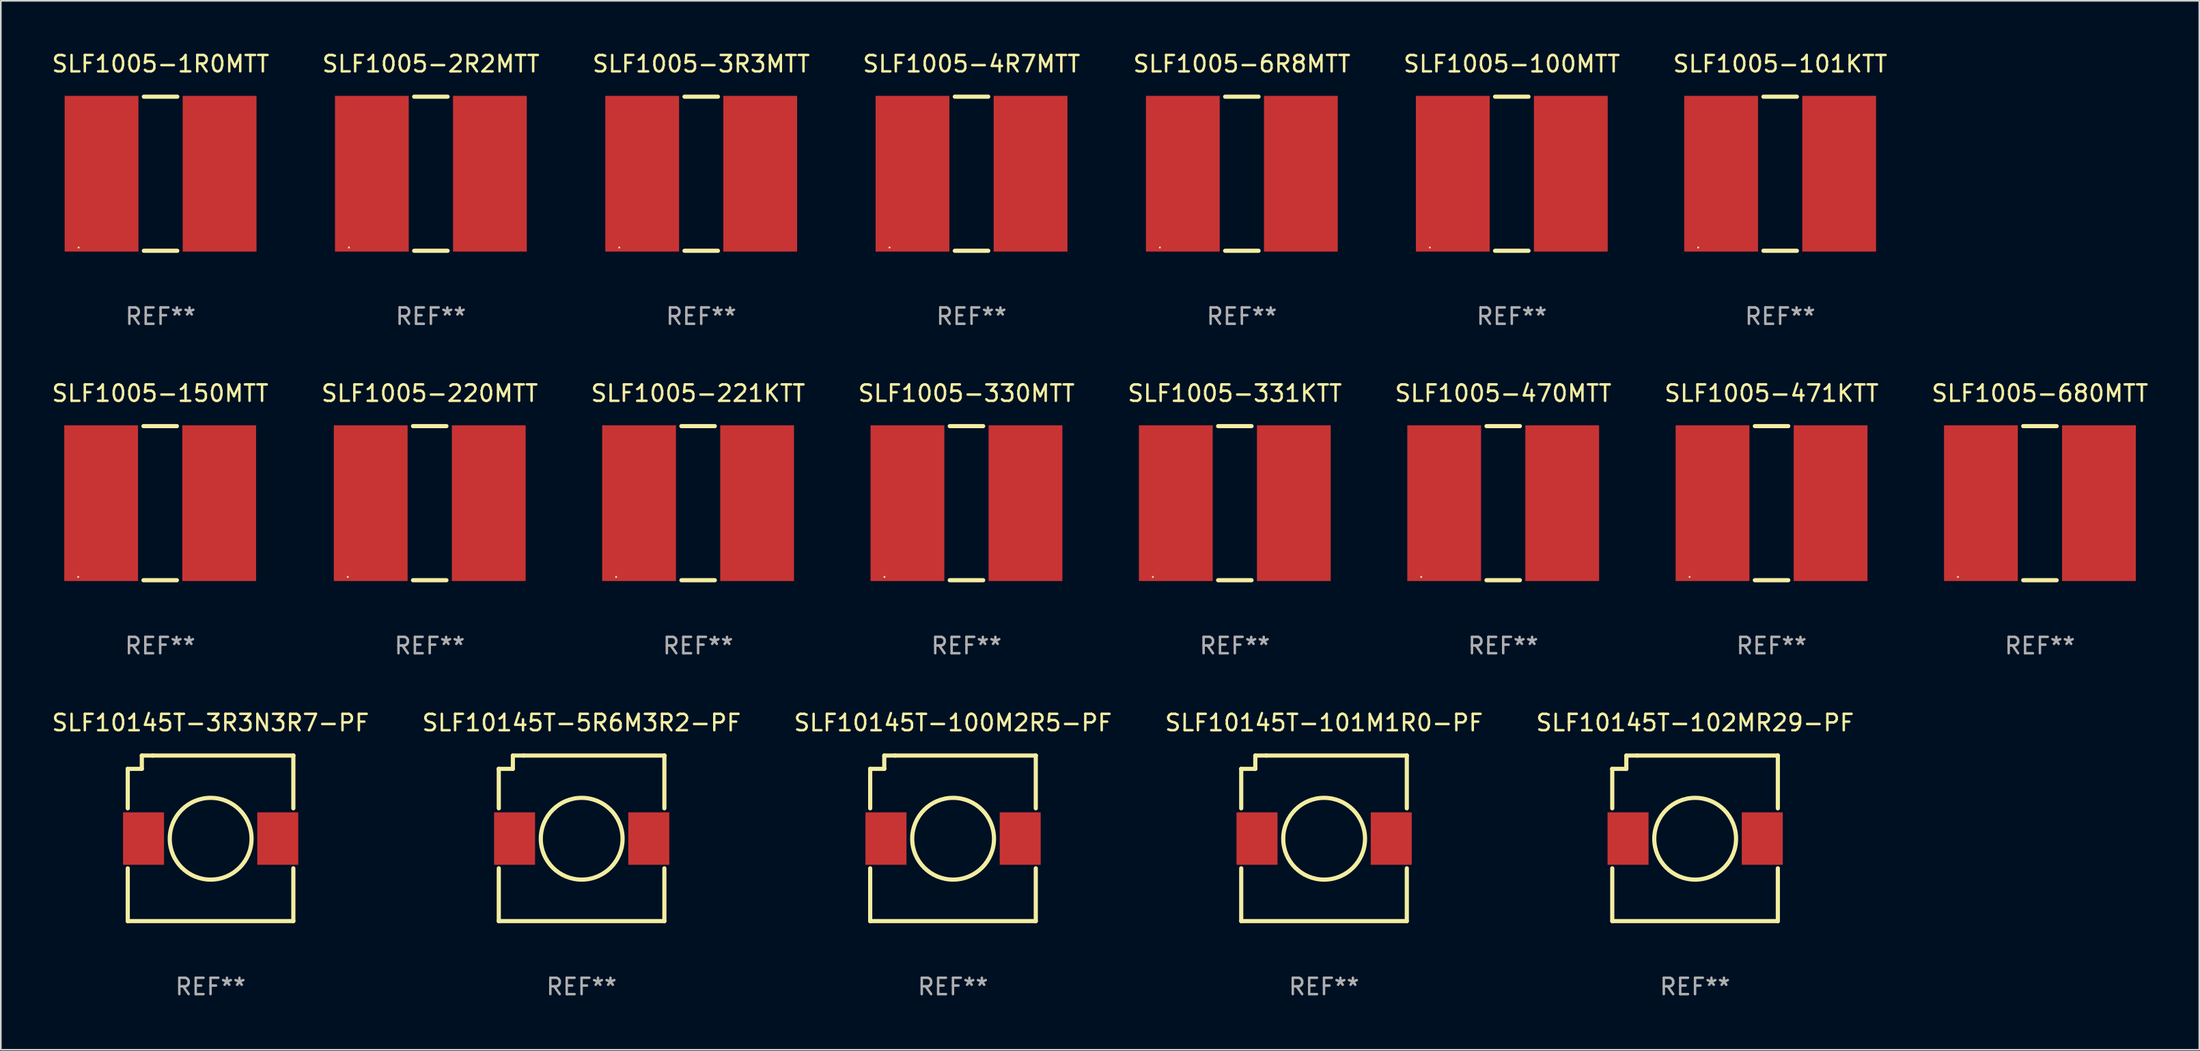
<source format=kicad_pcb>
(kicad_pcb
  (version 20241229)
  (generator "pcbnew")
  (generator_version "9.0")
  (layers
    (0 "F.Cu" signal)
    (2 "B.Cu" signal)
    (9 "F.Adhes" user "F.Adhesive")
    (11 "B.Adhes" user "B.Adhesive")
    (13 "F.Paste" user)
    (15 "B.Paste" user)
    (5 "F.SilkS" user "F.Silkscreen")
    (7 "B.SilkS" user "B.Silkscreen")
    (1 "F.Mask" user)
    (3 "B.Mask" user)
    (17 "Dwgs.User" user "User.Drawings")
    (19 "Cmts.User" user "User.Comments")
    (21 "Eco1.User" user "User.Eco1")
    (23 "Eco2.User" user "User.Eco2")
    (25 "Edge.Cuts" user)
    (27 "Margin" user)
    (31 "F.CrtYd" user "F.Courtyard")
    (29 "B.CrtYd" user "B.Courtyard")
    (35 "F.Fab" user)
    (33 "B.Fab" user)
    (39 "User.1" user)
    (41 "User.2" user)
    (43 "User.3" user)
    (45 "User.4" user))
  (footprint "SLF1005-331KTT"
    (layer "F.Cu")
    (at 72.268 27.645)
    (property "Reference" "SLF1005-331KTT" (at 0 -6.7 0) (layer "F.SilkS") (effects (font (size 1 1) (thickness 0.15))))
    (attr through_hole)
    (fp_line (start -1.019 -4.7) (end 1.019 -4.7) (stroke (width 0.254) (type solid)) (layer "F.SilkS"))
    (fp_line (start -1.019 4.7) (end 1.019 4.7) (stroke (width 0.254) (type solid)) (layer "F.SilkS"))
    (fp_circle (center -5 4.5) (end -4.97 4.5) (stroke (width 0.06) (type solid)) (fill no) (layer "F.SilkS"))
    (fp_text user "REF**" (at 0 8.7 0) (layer "F.Fab") (effects (font (size 1 1) (thickness 0.15))))
    (pad "1" smd rect (at -3.6 0) (size 4.5 9.5) (layers "F.Cu" "F.Mask" "F.Paste"))
    (pad "2" smd rect (at 3.6 0) (size 4.5 9.5) (layers "F.Cu" "F.Mask" "F.Paste")))
  (footprint "SLF1005-6R8MTT"
    (layer "F.Cu")
    (at 72.696 7.548)
    (property "Reference" "SLF1005-6R8MTT" (at 0 -6.7 0) (layer "F.SilkS") (effects (font (size 1 1) (thickness 0.15))))
    (attr through_hole)
    (fp_line (start -1.019 -4.7) (end 1.019 -4.7) (stroke (width 0.254) (type solid)) (layer "F.SilkS"))
    (fp_line (start -1.019 4.7) (end 1.019 4.7) (stroke (width 0.254) (type solid)) (layer "F.SilkS"))
    (fp_circle (center -5 4.5) (end -4.97 4.5) (stroke (width 0.06) (type solid)) (fill no) (layer "F.SilkS"))
    (fp_text user "REF**" (at 0 8.7 0) (layer "F.Fab") (effects (font (size 1 1) (thickness 0.15))))
    (pad "1" smd rect (at -3.6 0) (size 4.5 9.5) (layers "F.Cu" "F.Mask" "F.Paste"))
    (pad "2" smd rect (at 3.6 0) (size 4.5 9.5) (layers "F.Cu" "F.Mask" "F.Paste")))
  (footprint "SLF1005-221KTT"
    (layer "F.Cu")
    (at 39.53 27.645)
    (property "Reference" "SLF1005-221KTT" (at 0 -6.7 0) (layer "F.SilkS") (effects (font (size 1 1) (thickness 0.15))))
    (attr through_hole)
    (fp_line (start -1.019 -4.7) (end 1.019 -4.7) (stroke (width 0.254) (type solid)) (layer "F.SilkS"))
    (fp_line (start -1.019 4.7) (end 1.019 4.7) (stroke (width 0.254) (type solid)) (layer "F.SilkS"))
    (fp_circle (center -5 4.5) (end -4.97 4.5) (stroke (width 0.06) (type solid)) (fill no) (layer "F.SilkS"))
    (fp_text user "REF**" (at 0 8.7 0) (layer "F.Fab") (effects (font (size 1 1) (thickness 0.15))))
    (pad "1" smd rect (at -3.6 0) (size 4.5 9.5) (layers "F.Cu" "F.Mask" "F.Paste"))
    (pad "2" smd rect (at 3.6 0) (size 4.5 9.5) (layers "F.Cu" "F.Mask" "F.Paste")))
  (footprint "SLF1005-2R2MTT"
    (layer "F.Cu")
    (at 23.232 7.548)
    (property "Reference" "SLF1005-2R2MTT" (at 0 -6.7 0) (layer "F.SilkS") (effects (font (size 1 1) (thickness 0.15))))
    (attr through_hole)
    (fp_line (start -1.019 -4.7) (end 1.019 -4.7) (stroke (width 0.254) (type solid)) (layer "F.SilkS"))
    (fp_line (start -1.019 4.7) (end 1.019 4.7) (stroke (width 0.254) (type solid)) (layer "F.SilkS"))
    (fp_circle (center -5 4.5) (end -4.97 4.5) (stroke (width 0.06) (type solid)) (fill no) (layer "F.SilkS"))
    (fp_text user "REF**" (at 0 8.7 0) (layer "F.Fab") (effects (font (size 1 1) (thickness 0.15))))
    (pad "1" smd rect (at -3.6 0) (size 4.5 9.5) (layers "F.Cu" "F.Mask" "F.Paste"))
    (pad "2" smd rect (at 3.6 0) (size 4.5 9.5) (layers "F.Cu" "F.Mask" "F.Paste")))
  (footprint "SLF10145T-102MR29-PF"
    (layer "F.Cu")
    (at 100.339 48.091)
    (property "Reference" "SLF10145T-102MR29-PF" (at 0 -7.05 0) (layer "F.SilkS") (effects (font (size 1 1) (thickness 0.15))))
    (attr through_hole)
    (fp_line (start -5.05 -4.239) (end -5.05 -1.831) (stroke (width 0.254) (type solid)) (layer "F.SilkS"))
    (fp_line (start -5.05 5.05) (end -5.05 1.831) (stroke (width 0.254) (type solid)) (layer "F.SilkS"))
    (fp_line (start -5.05 -4.239) (end -5.05 -4.239) (stroke (width 0.254) (type solid)) (layer "F.SilkS"))
    (fp_line (start -5.05 -4.239) (end -4.191 -4.239) (stroke (width 0.254) (type solid)) (layer "F.SilkS"))
    (fp_line (start -4.191 -5.049) (end -3.526 -5.049) (stroke (width 0.254) (type solid)) (layer "F.SilkS"))
    (fp_line (start -4.191 -4.239) (end -4.191 -5.049) (stroke (width 0.254) (type solid)) (layer "F.SilkS"))
    (fp_line (start -3.526 -5.049) (end 5.05 -5.049) (stroke (width 0.254) (type solid)) (layer "F.SilkS"))
    (fp_line (start 5.05 -5.05) (end 5.05 -1.831) (stroke (width 0.254) (type solid)) (layer "F.SilkS"))
    (fp_line (start 5.05 -5.049) (end 5.05 -5.05) (stroke (width 0.254) (type solid)) (layer "F.SilkS"))
    (fp_line (start 5.05 1.831) (end 5.05 5.05) (stroke (width 0.254) (type solid)) (layer "F.SilkS"))
    (fp_line (start 5.05 5.05) (end -5.05 5.05) (stroke (width 0.254) (type solid)) (layer "F.SilkS"))
    (fp_circle (center -5.044 5.065) (end -5.014 5.065) (stroke (width 0.06) (type solid)) (fill no) (layer "F.SilkS"))
    (fp_circle (center 0.007 0.025) (end 2.501 0.025) (stroke (width 0.254) (type solid)) (fill no) (layer "F.SilkS"))
    (fp_text user "REF**" (at 0 9.05 0) (layer "F.Fab") (effects (font (size 1 1) (thickness 0.15))))
    (pad "1" smd rect (at -4.087 0.015 90) (size 3.2 2.5) (layers "F.Cu" "F.Mask" "F.Paste"))
    (pad "2" smd rect (at 4.1 0.015 90) (size 3.2 2.5) (layers "F.Cu" "F.Mask" "F.Paste")))
  (footprint "SLF1005-471KTT"
    (layer "F.Cu")
    (at 105.006 27.645)
    (property "Reference" "SLF1005-471KTT" (at 0 -6.7 0) (layer "F.SilkS") (effects (font (size 1 1) (thickness 0.15))))
    (attr through_hole)
    (fp_line (start -1.019 -4.7) (end 1.019 -4.7) (stroke (width 0.254) (type solid)) (layer "F.SilkS"))
    (fp_line (start -1.019 4.7) (end 1.019 4.7) (stroke (width 0.254) (type solid)) (layer "F.SilkS"))
    (fp_circle (center -5 4.5) (end -4.97 4.5) (stroke (width 0.06) (type solid)) (fill no) (layer "F.SilkS"))
    (fp_text user "REF**" (at 0 8.7 0) (layer "F.Fab") (effects (font (size 1 1) (thickness 0.15))))
    (pad "1" smd rect (at -3.6 0) (size 4.5 9.5) (layers "F.Cu" "F.Mask" "F.Paste"))
    (pad "2" smd rect (at 3.6 0) (size 4.5 9.5) (layers "F.Cu" "F.Mask" "F.Paste")))
  (footprint "SLF10145T-5R6M3R2-PF"
    (layer "F.Cu")
    (at 32.423 48.091)
    (property "Reference" "SLF10145T-5R6M3R2-PF" (at 0 -7.05 0) (layer "F.SilkS") (effects (font (size 1 1) (thickness 0.15))))
    (attr through_hole)
    (fp_line (start -5.05 -4.239) (end -5.05 -1.831) (stroke (width 0.254) (type solid)) (layer "F.SilkS"))
    (fp_line (start -5.05 5.05) (end -5.05 1.831) (stroke (width 0.254) (type solid)) (layer "F.SilkS"))
    (fp_line (start -5.05 -4.239) (end -5.05 -4.239) (stroke (width 0.254) (type solid)) (layer "F.SilkS"))
    (fp_line (start -5.05 -4.239) (end -4.191 -4.239) (stroke (width 0.254) (type solid)) (layer "F.SilkS"))
    (fp_line (start -4.191 -5.049) (end -3.526 -5.049) (stroke (width 0.254) (type solid)) (layer "F.SilkS"))
    (fp_line (start -4.191 -4.239) (end -4.191 -5.049) (stroke (width 0.254) (type solid)) (layer "F.SilkS"))
    (fp_line (start -3.526 -5.049) (end 5.05 -5.049) (stroke (width 0.254) (type solid)) (layer "F.SilkS"))
    (fp_line (start 5.05 -5.05) (end 5.05 -1.831) (stroke (width 0.254) (type solid)) (layer "F.SilkS"))
    (fp_line (start 5.05 -5.049) (end 5.05 -5.05) (stroke (width 0.254) (type solid)) (layer "F.SilkS"))
    (fp_line (start 5.05 1.831) (end 5.05 5.05) (stroke (width 0.254) (type solid)) (layer "F.SilkS"))
    (fp_line (start 5.05 5.05) (end -5.05 5.05) (stroke (width 0.254) (type solid)) (layer "F.SilkS"))
    (fp_circle (center -5.044 5.065) (end -5.014 5.065) (stroke (width 0.06) (type solid)) (fill no) (layer "F.SilkS"))
    (fp_circle (center 0.007 0.025) (end 2.501 0.025) (stroke (width 0.254) (type solid)) (fill no) (layer "F.SilkS"))
    (fp_text user "REF**" (at 0 9.05 0) (layer "F.Fab") (effects (font (size 1 1) (thickness 0.15))))
    (pad "1" smd rect (at -4.087 0.015 90) (size 3.2 2.5) (layers "F.Cu" "F.Mask" "F.Paste"))
    (pad "2" smd rect (at 4.1 0.015 90) (size 3.2 2.5) (layers "F.Cu" "F.Mask" "F.Paste")))
  (footprint "SLF1005-470MTT"
    (layer "F.Cu")
    (at 88.637 27.645)
    (property "Reference" "SLF1005-470MTT" (at 0 -6.7 0) (layer "F.SilkS") (effects (font (size 1 1) (thickness 0.15))))
    (attr through_hole)
    (fp_line (start -1.019 -4.7) (end 1.019 -4.7) (stroke (width 0.254) (type solid)) (layer "F.SilkS"))
    (fp_line (start -1.019 4.7) (end 1.019 4.7) (stroke (width 0.254) (type solid)) (layer "F.SilkS"))
    (fp_circle (center -5 4.5) (end -4.97 4.5) (stroke (width 0.06) (type solid)) (fill no) (layer "F.SilkS"))
    (fp_text user "REF**" (at 0 8.7 0) (layer "F.Fab") (effects (font (size 1 1) (thickness 0.15))))
    (pad "1" smd rect (at -3.6 0) (size 4.5 9.5) (layers "F.Cu" "F.Mask" "F.Paste"))
    (pad "2" smd rect (at 3.6 0) (size 4.5 9.5) (layers "F.Cu" "F.Mask" "F.Paste")))
  (footprint "SLF10145T-3R3N3R7-PF"
    (layer "F.Cu")
    (at 9.792 48.091)
    (property "Reference" "SLF10145T-3R3N3R7-PF" (at 0 -7.05 0) (layer "F.SilkS") (effects (font (size 1 1) (thickness 0.15))))
    (attr through_hole)
    (fp_line (start -5.05 -4.239) (end -5.05 -1.831) (stroke (width 0.254) (type solid)) (layer "F.SilkS"))
    (fp_line (start -5.05 5.05) (end -5.05 1.831) (stroke (width 0.254) (type solid)) (layer "F.SilkS"))
    (fp_line (start -5.05 -4.239) (end -5.05 -4.239) (stroke (width 0.254) (type solid)) (layer "F.SilkS"))
    (fp_line (start -5.05 -4.239) (end -4.191 -4.239) (stroke (width 0.254) (type solid)) (layer "F.SilkS"))
    (fp_line (start -4.191 -5.049) (end -3.526 -5.049) (stroke (width 0.254) (type solid)) (layer "F.SilkS"))
    (fp_line (start -4.191 -4.239) (end -4.191 -5.049) (stroke (width 0.254) (type solid)) (layer "F.SilkS"))
    (fp_line (start -3.526 -5.049) (end 5.05 -5.049) (stroke (width 0.254) (type solid)) (layer "F.SilkS"))
    (fp_line (start 5.05 -5.05) (end 5.05 -1.831) (stroke (width 0.254) (type solid)) (layer "F.SilkS"))
    (fp_line (start 5.05 -5.049) (end 5.05 -5.05) (stroke (width 0.254) (type solid)) (layer "F.SilkS"))
    (fp_line (start 5.05 1.831) (end 5.05 5.05) (stroke (width 0.254) (type solid)) (layer "F.SilkS"))
    (fp_line (start 5.05 5.05) (end -5.05 5.05) (stroke (width 0.254) (type solid)) (layer "F.SilkS"))
    (fp_circle (center -5.044 5.065) (end -5.014 5.065) (stroke (width 0.06) (type solid)) (fill no) (layer "F.SilkS"))
    (fp_circle (center 0.007 0.025) (end 2.501 0.025) (stroke (width 0.254) (type solid)) (fill no) (layer "F.SilkS"))
    (fp_text user "REF**" (at 0 9.05 0) (layer "F.Fab") (effects (font (size 1 1) (thickness 0.15))))
    (pad "1" smd rect (at -4.087 0.015 90) (size 3.2 2.5) (layers "F.Cu" "F.Mask" "F.Paste"))
    (pad "2" smd rect (at 4.1 0.015 90) (size 3.2 2.5) (layers "F.Cu" "F.Mask" "F.Paste")))
  (footprint "SLF1005-4R7MTT"
    (layer "F.Cu")
    (at 56.208 7.548)
    (property "Reference" "SLF1005-4R7MTT" (at 0 -6.7 0) (layer "F.SilkS") (effects (font (size 1 1) (thickness 0.15))))
    (attr through_hole)
    (fp_line (start -1.019 -4.7) (end 1.019 -4.7) (stroke (width 0.254) (type solid)) (layer "F.SilkS"))
    (fp_line (start -1.019 4.7) (end 1.019 4.7) (stroke (width 0.254) (type solid)) (layer "F.SilkS"))
    (fp_circle (center -5 4.5) (end -4.97 4.5) (stroke (width 0.06) (type solid)) (fill no) (layer "F.SilkS"))
    (fp_text user "REF**" (at 0 8.7 0) (layer "F.Fab") (effects (font (size 1 1) (thickness 0.15))))
    (pad "1" smd rect (at -3.6 0) (size 4.5 9.5) (layers "F.Cu" "F.Mask" "F.Paste"))
    (pad "2" smd rect (at 3.6 0) (size 4.5 9.5) (layers "F.Cu" "F.Mask" "F.Paste")))
  (footprint "SLF1005-220MTT"
    (layer "F.Cu")
    (at 23.161 27.645)
    (property "Reference" "SLF1005-220MTT" (at 0 -6.7 0) (layer "F.SilkS") (effects (font (size 1 1) (thickness 0.15))))
    (attr through_hole)
    (fp_line (start -1.019 -4.7) (end 1.019 -4.7) (stroke (width 0.254) (type solid)) (layer "F.SilkS"))
    (fp_line (start -1.019 4.7) (end 1.019 4.7) (stroke (width 0.254) (type solid)) (layer "F.SilkS"))
    (fp_circle (center -5 4.5) (end -4.97 4.5) (stroke (width 0.06) (type solid)) (fill no) (layer "F.SilkS"))
    (fp_text user "REF**" (at 0 8.7 0) (layer "F.Fab") (effects (font (size 1 1) (thickness 0.15))))
    (pad "1" smd rect (at -3.6 0) (size 4.5 9.5) (layers "F.Cu" "F.Mask" "F.Paste"))
    (pad "2" smd rect (at 3.6 0) (size 4.5 9.5) (layers "F.Cu" "F.Mask" "F.Paste")))
  (footprint "SLF1005-1R0MTT"
    (layer "F.Cu")
    (at 6.744 7.548)
    (property "Reference" "SLF1005-1R0MTT" (at 0 -6.7 0) (layer "F.SilkS") (effects (font (size 1 1) (thickness 0.15))))
    (attr through_hole)
    (fp_line (start -1.019 -4.7) (end 1.019 -4.7) (stroke (width 0.254) (type solid)) (layer "F.SilkS"))
    (fp_line (start -1.019 4.7) (end 1.019 4.7) (stroke (width 0.254) (type solid)) (layer "F.SilkS"))
    (fp_circle (center -5 4.5) (end -4.97 4.5) (stroke (width 0.06) (type solid)) (fill no) (layer "F.SilkS"))
    (fp_text user "REF**" (at 0 8.7 0) (layer "F.Fab") (effects (font (size 1 1) (thickness 0.15))))
    (pad "1" smd rect (at -3.6 0) (size 4.5 9.5) (layers "F.Cu" "F.Mask" "F.Paste"))
    (pad "2" smd rect (at 3.6 0) (size 4.5 9.5) (layers "F.Cu" "F.Mask" "F.Paste")))
  (footprint "SLF1005-330MTT"
    (layer "F.Cu")
    (at 55.899 27.645)
    (property "Reference" "SLF1005-330MTT" (at 0 -6.7 0) (layer "F.SilkS") (effects (font (size 1 1) (thickness 0.15))))
    (attr through_hole)
    (fp_line (start -1.019 -4.7) (end 1.019 -4.7) (stroke (width 0.254) (type solid)) (layer "F.SilkS"))
    (fp_line (start -1.019 4.7) (end 1.019 4.7) (stroke (width 0.254) (type solid)) (layer "F.SilkS"))
    (fp_circle (center -5 4.5) (end -4.97 4.5) (stroke (width 0.06) (type solid)) (fill no) (layer "F.SilkS"))
    (fp_text user "REF**" (at 0 8.7 0) (layer "F.Fab") (effects (font (size 1 1) (thickness 0.15))))
    (pad "1" smd rect (at -3.6 0) (size 4.5 9.5) (layers "F.Cu" "F.Mask" "F.Paste"))
    (pad "2" smd rect (at 3.6 0) (size 4.5 9.5) (layers "F.Cu" "F.Mask" "F.Paste")))
  (footprint "SLF1005-680MTT"
    (layer "F.Cu")
    (at 121.375 27.645)
    (property "Reference" "SLF1005-680MTT" (at 0 -6.7 0) (layer "F.SilkS") (effects (font (size 1 1) (thickness 0.15))))
    (attr through_hole)
    (fp_line (start -1.019 -4.7) (end 1.019 -4.7) (stroke (width 0.254) (type solid)) (layer "F.SilkS"))
    (fp_line (start -1.019 4.7) (end 1.019 4.7) (stroke (width 0.254) (type solid)) (layer "F.SilkS"))
    (fp_circle (center -5 4.5) (end -4.97 4.5) (stroke (width 0.06) (type solid)) (fill no) (layer "F.SilkS"))
    (fp_text user "REF**" (at 0 8.7 0) (layer "F.Fab") (effects (font (size 1 1) (thickness 0.15))))
    (pad "1" smd rect (at -3.6 0) (size 4.5 9.5) (layers "F.Cu" "F.Mask" "F.Paste"))
    (pad "2" smd rect (at 3.6 0) (size 4.5 9.5) (layers "F.Cu" "F.Mask" "F.Paste")))
  (footprint "SLF1005-100MTT"
    (layer "F.Cu")
    (at 89.161 7.548)
    (property "Reference" "SLF1005-100MTT" (at 0 -6.7 0) (layer "F.SilkS") (effects (font (size 1 1) (thickness 0.15))))
    (attr through_hole)
    (fp_line (start -1.019 -4.7) (end 1.019 -4.7) (stroke (width 0.254) (type solid)) (layer "F.SilkS"))
    (fp_line (start -1.019 4.7) (end 1.019 4.7) (stroke (width 0.254) (type solid)) (layer "F.SilkS"))
    (fp_circle (center -5 4.5) (end -4.97 4.5) (stroke (width 0.06) (type solid)) (fill no) (layer "F.SilkS"))
    (fp_text user "REF**" (at 0 8.7 0) (layer "F.Fab") (effects (font (size 1 1) (thickness 0.15))))
    (pad "1" smd rect (at -3.6 0) (size 4.5 9.5) (layers "F.Cu" "F.Mask" "F.Paste"))
    (pad "2" smd rect (at 3.6 0) (size 4.5 9.5) (layers "F.Cu" "F.Mask" "F.Paste")))
  (footprint "SLF1005-101KTT"
    (layer "F.Cu")
    (at 105.53 7.548)
    (property "Reference" "SLF1005-101KTT" (at 0 -6.7 0) (layer "F.SilkS") (effects (font (size 1 1) (thickness 0.15))))
    (attr through_hole)
    (fp_line (start -1.019 -4.7) (end 1.019 -4.7) (stroke (width 0.254) (type solid)) (layer "F.SilkS"))
    (fp_line (start -1.019 4.7) (end 1.019 4.7) (stroke (width 0.254) (type solid)) (layer "F.SilkS"))
    (fp_circle (center -5 4.5) (end -4.97 4.5) (stroke (width 0.06) (type solid)) (fill no) (layer "F.SilkS"))
    (fp_text user "REF**" (at 0 8.7 0) (layer "F.Fab") (effects (font (size 1 1) (thickness 0.15))))
    (pad "1" smd rect (at -3.6 0) (size 4.5 9.5) (layers "F.Cu" "F.Mask" "F.Paste"))
    (pad "2" smd rect (at 3.6 0) (size 4.5 9.5) (layers "F.Cu" "F.Mask" "F.Paste")))
  (footprint "SLF10145T-100M2R5-PF"
    (layer "F.Cu")
    (at 55.077 48.091)
    (property "Reference" "SLF10145T-100M2R5-PF" (at 0 -7.05 0) (layer "F.SilkS") (effects (font (size 1 1) (thickness 0.15))))
    (attr through_hole)
    (fp_line (start -5.05 -4.239) (end -5.05 -1.831) (stroke (width 0.254) (type solid)) (layer "F.SilkS"))
    (fp_line (start -5.05 5.05) (end -5.05 1.831) (stroke (width 0.254) (type solid)) (layer "F.SilkS"))
    (fp_line (start -5.05 -4.239) (end -5.05 -4.239) (stroke (width 0.254) (type solid)) (layer "F.SilkS"))
    (fp_line (start -5.05 -4.239) (end -4.191 -4.239) (stroke (width 0.254) (type solid)) (layer "F.SilkS"))
    (fp_line (start -4.191 -5.049) (end -3.526 -5.049) (stroke (width 0.254) (type solid)) (layer "F.SilkS"))
    (fp_line (start -4.191 -4.239) (end -4.191 -5.049) (stroke (width 0.254) (type solid)) (layer "F.SilkS"))
    (fp_line (start -3.526 -5.049) (end 5.05 -5.049) (stroke (width 0.254) (type solid)) (layer "F.SilkS"))
    (fp_line (start 5.05 -5.05) (end 5.05 -1.831) (stroke (width 0.254) (type solid)) (layer "F.SilkS"))
    (fp_line (start 5.05 -5.049) (end 5.05 -5.05) (stroke (width 0.254) (type solid)) (layer "F.SilkS"))
    (fp_line (start 5.05 1.831) (end 5.05 5.05) (stroke (width 0.254) (type solid)) (layer "F.SilkS"))
    (fp_line (start 5.05 5.05) (end -5.05 5.05) (stroke (width 0.254) (type solid)) (layer "F.SilkS"))
    (fp_circle (center -5.044 5.065) (end -5.014 5.065) (stroke (width 0.06) (type solid)) (fill no) (layer "F.SilkS"))
    (fp_circle (center 0.007 0.025) (end 2.501 0.025) (stroke (width 0.254) (type solid)) (fill no) (layer "F.SilkS"))
    (fp_text user "REF**" (at 0 9.05 0) (layer "F.Fab") (effects (font (size 1 1) (thickness 0.15))))
    (pad "1" smd rect (at -4.087 0.015 90) (size 3.2 2.5) (layers "F.Cu" "F.Mask" "F.Paste"))
    (pad "2" smd rect (at 4.1 0.015 90) (size 3.2 2.5) (layers "F.Cu" "F.Mask" "F.Paste")))
  (footprint "SLF1005-3R3MTT"
    (layer "F.Cu")
    (at 39.72 7.548)
    (property "Reference" "SLF1005-3R3MTT" (at 0 -6.7 0) (layer "F.SilkS") (effects (font (size 1 1) (thickness 0.15))))
    (attr through_hole)
    (fp_line (start -1.019 -4.7) (end 1.019 -4.7) (stroke (width 0.254) (type solid)) (layer "F.SilkS"))
    (fp_line (start -1.019 4.7) (end 1.019 4.7) (stroke (width 0.254) (type solid)) (layer "F.SilkS"))
    (fp_circle (center -5 4.5) (end -4.97 4.5) (stroke (width 0.06) (type solid)) (fill no) (layer "F.SilkS"))
    (fp_text user "REF**" (at 0 8.7 0) (layer "F.Fab") (effects (font (size 1 1) (thickness 0.15))))
    (pad "1" smd rect (at -3.6 0) (size 4.5 9.5) (layers "F.Cu" "F.Mask" "F.Paste"))
    (pad "2" smd rect (at 3.6 0) (size 4.5 9.5) (layers "F.Cu" "F.Mask" "F.Paste")))
  (footprint "SLF10145T-101M1R0-PF"
    (layer "F.Cu")
    (at 77.708 48.091)
    (property "Reference" "SLF10145T-101M1R0-PF" (at 0 -7.05 0) (layer "F.SilkS") (effects (font (size 1 1) (thickness 0.15))))
    (attr through_hole)
    (fp_line (start -5.05 -4.239) (end -5.05 -1.831) (stroke (width 0.254) (type solid)) (layer "F.SilkS"))
    (fp_line (start -5.05 5.05) (end -5.05 1.831) (stroke (width 0.254) (type solid)) (layer "F.SilkS"))
    (fp_line (start -5.05 -4.239) (end -5.05 -4.239) (stroke (width 0.254) (type solid)) (layer "F.SilkS"))
    (fp_line (start -5.05 -4.239) (end -4.191 -4.239) (stroke (width 0.254) (type solid)) (layer "F.SilkS"))
    (fp_line (start -4.191 -5.049) (end -3.526 -5.049) (stroke (width 0.254) (type solid)) (layer "F.SilkS"))
    (fp_line (start -4.191 -4.239) (end -4.191 -5.049) (stroke (width 0.254) (type solid)) (layer "F.SilkS"))
    (fp_line (start -3.526 -5.049) (end 5.05 -5.049) (stroke (width 0.254) (type solid)) (layer "F.SilkS"))
    (fp_line (start 5.05 -5.05) (end 5.05 -1.831) (stroke (width 0.254) (type solid)) (layer "F.SilkS"))
    (fp_line (start 5.05 -5.049) (end 5.05 -5.05) (stroke (width 0.254) (type solid)) (layer "F.SilkS"))
    (fp_line (start 5.05 1.831) (end 5.05 5.05) (stroke (width 0.254) (type solid)) (layer "F.SilkS"))
    (fp_line (start 5.05 5.05) (end -5.05 5.05) (stroke (width 0.254) (type solid)) (layer "F.SilkS"))
    (fp_circle (center -5.044 5.065) (end -5.014 5.065) (stroke (width 0.06) (type solid)) (fill no) (layer "F.SilkS"))
    (fp_circle (center 0.007 0.025) (end 2.501 0.025) (stroke (width 0.254) (type solid)) (fill no) (layer "F.SilkS"))
    (fp_text user "REF**" (at 0 9.05 0) (layer "F.Fab") (effects (font (size 1 1) (thickness 0.15))))
    (pad "1" smd rect (at -4.087 0.015 90) (size 3.2 2.5) (layers "F.Cu" "F.Mask" "F.Paste"))
    (pad "2" smd rect (at 4.1 0.015 90) (size 3.2 2.5) (layers "F.Cu" "F.Mask" "F.Paste")))
  (footprint "SLF1005-150MTT"
    (layer "F.Cu")
    (at 6.72 27.645)
    (property "Reference" "SLF1005-150MTT" (at 0 -6.7 0) (layer "F.SilkS") (effects (font (size 1 1) (thickness 0.15))))
    (attr through_hole)
    (fp_line (start -1.019 -4.7) (end 1.019 -4.7) (stroke (width 0.254) (type solid)) (layer "F.SilkS"))
    (fp_line (start -1.019 4.7) (end 1.019 4.7) (stroke (width 0.254) (type solid)) (layer "F.SilkS"))
    (fp_circle (center -5 4.5) (end -4.97 4.5) (stroke (width 0.06) (type solid)) (fill no) (layer "F.SilkS"))
    (fp_text user "REF**" (at 0 8.7 0) (layer "F.Fab") (effects (font (size 1 1) (thickness 0.15))))
    (pad "1" smd rect (at -3.6 0) (size 4.5 9.5) (layers "F.Cu" "F.Mask" "F.Paste"))
    (pad "2" smd rect (at 3.6 0) (size 4.5 9.5) (layers "F.Cu" "F.Mask" "F.Paste")))
  (gr_rect
    (start -3 -3)
    (end 131.095 60.989)
    (stroke (width 0.1) (type default))
    (fill no)
    (layer "Edge.Cuts")))
</source>
